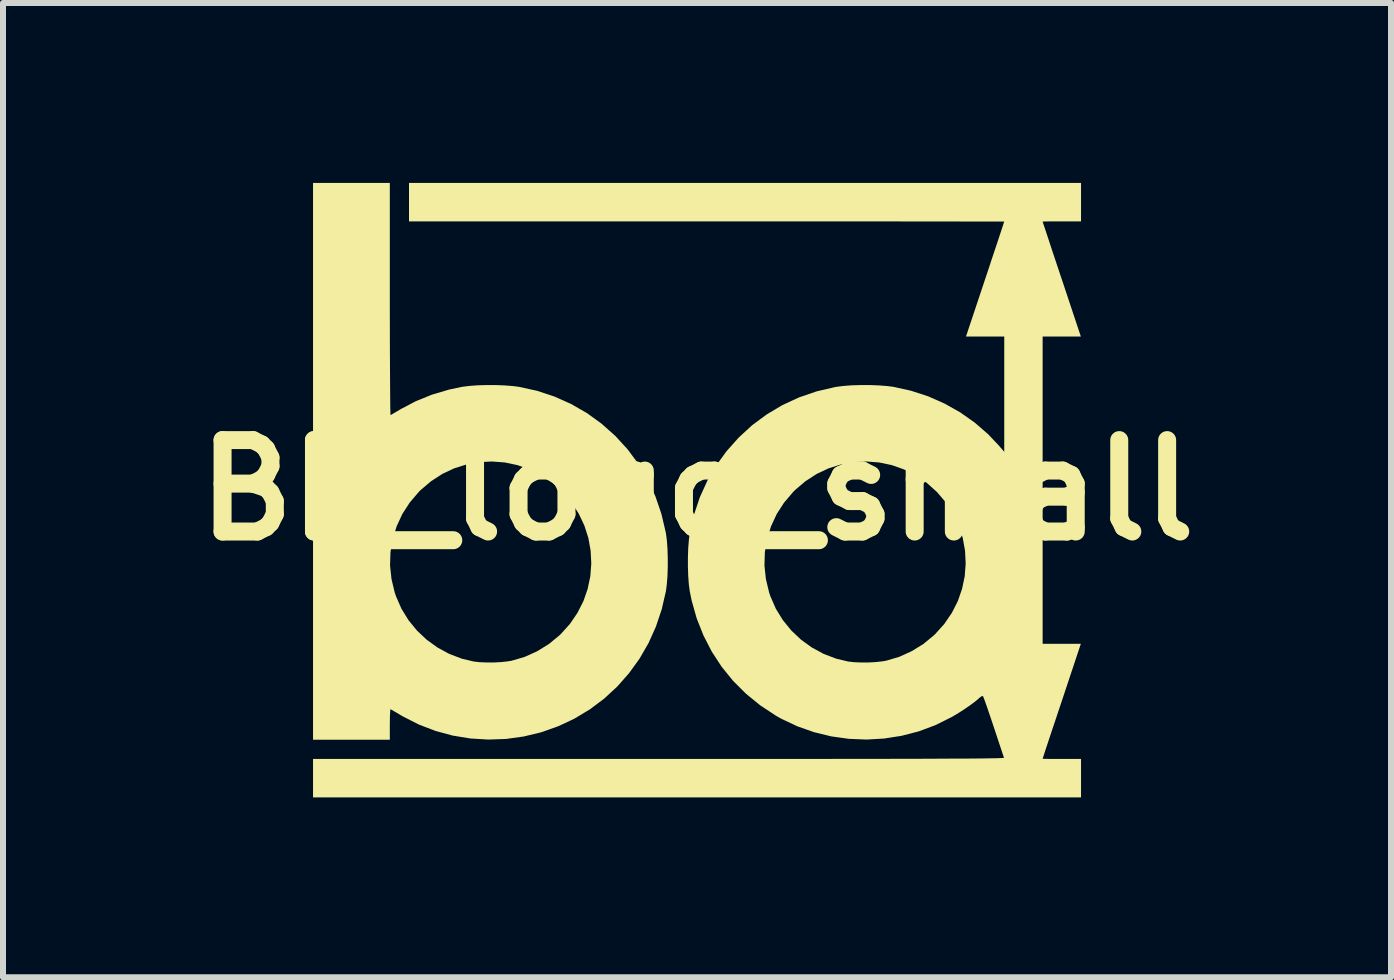
<source format=kicad_pcb>
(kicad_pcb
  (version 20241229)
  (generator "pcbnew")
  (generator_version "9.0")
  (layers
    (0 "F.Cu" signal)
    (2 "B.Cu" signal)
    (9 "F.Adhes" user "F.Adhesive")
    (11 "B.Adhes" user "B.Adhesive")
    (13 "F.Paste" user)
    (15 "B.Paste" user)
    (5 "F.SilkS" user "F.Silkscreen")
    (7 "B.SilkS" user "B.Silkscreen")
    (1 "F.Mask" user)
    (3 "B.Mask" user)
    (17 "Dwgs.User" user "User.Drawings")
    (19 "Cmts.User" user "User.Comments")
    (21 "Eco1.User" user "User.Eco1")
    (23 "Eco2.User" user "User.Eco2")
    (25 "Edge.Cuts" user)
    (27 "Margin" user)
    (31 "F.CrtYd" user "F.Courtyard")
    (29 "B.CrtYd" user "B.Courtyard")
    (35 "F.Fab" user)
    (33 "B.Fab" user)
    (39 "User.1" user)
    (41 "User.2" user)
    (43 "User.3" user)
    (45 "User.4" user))
  (footprint "BD_logo_small"
    (layer "F.Cu")
    (at 8.571 5.122)
    (property "Reference" "BD_logo_small" (at 0 0 0) (layer "F.SilkS") (effects (font (size 1.524 1.524) (thickness 0.3))))
    (attr board_only exclude_from_pos_files exclude_from_bom)
    (fp_poly (pts (xy -5.122 -3.184) (xy -5.122 -2.938) (xy -5.121 -2.701) (xy -5.121 -2.475) (xy -5.12 -2.262) (xy -5.119 -2.064) (xy -5.118 -1.883) (xy -5.117 -1.721) (xy -5.116 -1.579) (xy -5.115 -1.461) (xy -5.114 -1.367) (xy -5.112 -1.299) (xy -5.111 -1.26) (xy -5.11 -1.251) (xy -5.092 -1.261) (xy -5.053 -1.284) (xy -4.998 -1.316) (xy -4.938 -1.352) (xy -4.687 -1.484) (xy -4.417 -1.593) (xy -4.133 -1.677) (xy -3.921 -1.722) (xy -3.804 -1.737) (xy -3.664 -1.748) (xy -3.512 -1.752) (xy -3.354 -1.752) (xy -3.202 -1.746) (xy -3.064 -1.735) (xy -2.971 -1.723) (xy -2.669 -1.657) (xy -2.378 -1.561) (xy -2.099 -1.436) (xy -1.834 -1.284) (xy -1.594 -1.11) (xy -1.363 -0.905) (xy -1.157 -0.68) (xy -0.976 -0.436) (xy -0.821 -0.175) (xy -0.694 0.103) (xy -0.594 0.395) (xy -0.522 0.701) (xy -0.518 0.72) (xy -0.503 0.836) (xy -0.493 0.974) (xy -0.488 1.126) (xy -0.488 1.282) (xy -0.493 1.434) (xy -0.504 1.571) (xy -0.518 1.681) (xy -0.588 1.984) (xy -0.685 2.274) (xy -0.809 2.55) (xy -0.959 2.81) (xy -1.134 3.052) (xy -1.331 3.275) (xy -1.55 3.477) (xy -1.789 3.656) (xy -2.047 3.811) (xy -2.314 3.936) (xy -2.599 4.037) (xy -2.89 4.107) (xy -3.186 4.148) (xy -3.483 4.158) (xy -3.779 4.14) (xy -4.072 4.092) (xy -4.358 4.015) (xy -4.635 3.909) (xy -4.901 3.774) (xy -4.938 3.753) (xy -5.002 3.714) (xy -5.056 3.683) (xy -5.094 3.661) (xy -5.11 3.652) (xy -5.114 3.665) (xy -5.117 3.705) (xy -5.12 3.767) (xy -5.121 3.845) (xy -5.122 3.904) (xy -5.122 4.161) (xy -6.402 4.161) (xy -6.402 1.257) (xy -5.118 1.257) (xy -5.094 1.482) (xy -5.04 1.706) (xy -5.018 1.771) (xy -4.928 1.977) (xy -4.811 2.167) (xy -4.67 2.34) (xy -4.508 2.493) (xy -4.328 2.623) (xy -4.131 2.73) (xy -3.92 2.81) (xy -3.723 2.857) (xy -3.627 2.868) (xy -3.51 2.873) (xy -3.385 2.873) (xy -3.261 2.866) (xy -3.151 2.854) (xy -3.088 2.843) (xy -2.871 2.779) (xy -2.664 2.685) (xy -2.469 2.565) (xy -2.293 2.42) (xy -2.273 2.401) (xy -2.119 2.23) (xy -1.993 2.045) (xy -1.894 1.85) (xy -1.823 1.645) (xy -1.779 1.435) (xy -1.763 1.222) (xy -1.774 1.008) (xy -1.812 0.797) (xy -1.878 0.591) (xy -1.972 0.392) (xy -2.093 0.205) (xy -2.241 0.032) (xy -2.411 -0.121) (xy -2.596 -0.248) (xy -2.792 -0.346) (xy -2.996 -0.418) (xy -3.206 -0.462) (xy -3.419 -0.478) (xy -3.632 -0.467) (xy -3.842 -0.429) (xy -4.048 -0.364) (xy -4.246 -0.271) (xy -4.433 -0.15) (xy -4.607 -0.003) (xy -4.641 0.032) (xy -4.791 0.208) (xy -4.914 0.399) (xy -5.008 0.602) (xy -5.074 0.814) (xy -5.111 1.033) (xy -5.118 1.257) (xy -6.402 1.257) (xy -6.402 -5.122) (xy -5.122 -5.122)) (stroke (width 0) (type solid)) (fill yes) (layer "F.SilkS"))
    (fp_poly (pts (xy 6.402 -4.481) (xy 6.082 -4.481) (xy 5.985 -4.481) (xy 5.899 -4.481) (xy 5.831 -4.48) (xy 5.783 -4.479) (xy 5.762 -4.478) (xy 5.762 -4.477) (xy 5.767 -4.462) (xy 5.781 -4.418) (xy 5.804 -4.35) (xy 5.834 -4.259) (xy 5.871 -4.148) (xy 5.913 -4.019) (xy 5.961 -3.875) (xy 6.013 -3.72) (xy 6.068 -3.554) (xy 6.081 -3.517) (xy 6.399 -2.561) (xy 5.762 -2.561) (xy 5.762 2.561) (xy 6.399 2.561) (xy 6.081 3.517) (xy 6.025 3.684) (xy 5.972 3.843) (xy 5.923 3.989) (xy 5.879 4.121) (xy 5.841 4.236) (xy 5.809 4.332) (xy 5.785 4.406) (xy 5.769 4.455) (xy 5.762 4.476) (xy 5.762 4.477) (xy 5.777 4.479) (xy 5.819 4.48) (xy 5.884 4.481) (xy 5.967 4.481) (xy 6.062 4.481) (xy 6.082 4.481) (xy 6.402 4.481) (xy 6.402 5.122) (xy -6.402 5.122) (xy -6.402 4.481) (xy -0.638 4.481) (xy -0.111 4.481) (xy 0.386 4.481) (xy 0.852 4.481) (xy 1.288 4.481) (xy 1.696 4.481) (xy 2.076 4.481) (xy 2.429 4.48) (xy 2.756 4.48) (xy 3.058 4.48) (xy 3.335 4.479) (xy 3.588 4.479) (xy 3.819 4.478) (xy 4.027 4.477) (xy 4.214 4.476) (xy 4.381 4.476) (xy 4.529 4.475) (xy 4.658 4.474) (xy 4.769 4.473) (xy 4.863 4.471) (xy 4.941 4.47) (xy 5.003 4.469) (xy 5.051 4.467) (xy 5.086 4.466) (xy 5.107 4.464) (xy 5.117 4.462) (xy 5.118 4.461) (xy 5.111 4.442) (xy 5.096 4.396) (xy 5.073 4.327) (xy 5.043 4.238) (xy 5.009 4.135) (xy 4.971 4.02) (xy 4.946 3.945) (xy 4.906 3.825) (xy 4.868 3.714) (xy 4.835 3.617) (xy 4.807 3.537) (xy 4.785 3.477) (xy 4.771 3.442) (xy 4.768 3.434) (xy 4.748 3.434) (xy 4.714 3.457) (xy 4.702 3.468) (xy 4.642 3.52) (xy 4.56 3.581) (xy 4.465 3.647) (xy 4.363 3.713) (xy 4.261 3.774) (xy 4.243 3.784) (xy 3.976 3.917) (xy 3.698 4.021) (xy 3.412 4.095) (xy 3.12 4.141) (xy 2.825 4.158) (xy 2.531 4.146) (xy 2.238 4.105) (xy 1.951 4.035) (xy 1.672 3.937) (xy 1.403 3.81) (xy 1.312 3.758) (xy 1.053 3.587) (xy 0.816 3.394) (xy 0.601 3.179) (xy 0.411 2.945) (xy 0.246 2.692) (xy 0.107 2.422) (xy -0.006 2.137) (xy -0.09 1.838) (xy -0.122 1.681) (xy -0.137 1.565) (xy -0.147 1.427) (xy -0.152 1.275) (xy -0.152 1.257) (xy 1.124 1.257) (xy 1.148 1.482) (xy 1.202 1.706) (xy 1.224 1.771) (xy 1.314 1.977) (xy 1.431 2.167) (xy 1.572 2.34) (xy 1.734 2.493) (xy 1.914 2.623) (xy 2.111 2.73) (xy 2.322 2.81) (xy 2.519 2.857) (xy 2.615 2.868) (xy 2.732 2.873) (xy 2.857 2.873) (xy 2.981 2.866) (xy 3.091 2.854) (xy 3.154 2.843) (xy 3.371 2.779) (xy 3.578 2.685) (xy 3.773 2.565) (xy 3.949 2.42) (xy 3.969 2.401) (xy 4.123 2.23) (xy 4.249 2.045) (xy 4.348 1.85) (xy 4.419 1.645) (xy 4.463 1.435) (xy 4.479 1.222) (xy 4.468 1.008) (xy 4.43 0.797) (xy 4.364 0.591) (xy 4.27 0.392) (xy 4.149 0.205) (xy 4.001 0.032) (xy 3.831 -0.121) (xy 3.646 -0.248) (xy 3.45 -0.346) (xy 3.246 -0.418) (xy 3.036 -0.462) (xy 2.823 -0.478) (xy 2.61 -0.467) (xy 2.4 -0.429) (xy 2.194 -0.364) (xy 1.996 -0.271) (xy 1.809 -0.15) (xy 1.635 -0.003) (xy 1.601 0.032) (xy 1.451 0.208) (xy 1.328 0.399) (xy 1.234 0.602) (xy 1.168 0.814) (xy 1.131 1.033) (xy 1.124 1.257) (xy -0.152 1.257) (xy -0.152 1.12) (xy -0.147 0.968) (xy -0.136 0.831) (xy -0.122 0.72) (xy -0.052 0.414) (xy 0.046 0.12) (xy 0.173 -0.159) (xy 0.327 -0.422) (xy 0.49 -0.647) (xy 0.695 -0.877) (xy 0.92 -1.084) (xy 1.164 -1.264) (xy 1.425 -1.419) (xy 1.702 -1.547) (xy 1.994 -1.647) (xy 2.299 -1.718) (xy 2.321 -1.722) (xy 2.438 -1.737) (xy 2.578 -1.748) (xy 2.73 -1.752) (xy 2.888 -1.752) (xy 3.04 -1.746) (xy 3.178 -1.735) (xy 3.271 -1.723) (xy 3.566 -1.658) (xy 3.852 -1.565) (xy 4.126 -1.444) (xy 4.386 -1.298) (xy 4.629 -1.127) (xy 4.852 -0.934) (xy 5.028 -0.748) (xy 5.122 -0.639) (xy 5.122 -2.561) (xy 4.484 -2.561) (xy 4.803 -3.517) (xy 4.859 -3.684) (xy 4.911 -3.843) (xy 4.96 -3.989) (xy 5.004 -4.121) (xy 5.042 -4.236) (xy 5.074 -4.332) (xy 5.098 -4.406) (xy 5.114 -4.455) (xy 5.121 -4.476) (xy 5.122 -4.477) (xy 5.106 -4.478) (xy 5.059 -4.478) (xy 4.983 -4.478) (xy 4.879 -4.479) (xy 4.747 -4.479) (xy 4.589 -4.479) (xy 4.407 -4.479) (xy 4.201 -4.48) (xy 3.973 -4.48) (xy 3.724 -4.48) (xy 3.455 -4.48) (xy 3.167 -4.481) (xy 2.862 -4.481) (xy 2.541 -4.481) (xy 2.205 -4.481) (xy 1.855 -4.481) (xy 1.493 -4.481) (xy 1.119 -4.481) (xy 0.735 -4.481) (xy 0.342 -4.481) (xy 0.16 -4.481) (xy -4.802 -4.481) (xy -4.802 -5.122) (xy 6.402 -5.122)) (stroke (width 0) (type solid)) (fill yes) (layer "F.SilkS")))
  (gr_rect
    (start -3 -3)
    (end 20.141 13.243)
    (stroke (width 0.1) (type default))
    (fill no)
    (layer "Edge.Cuts")))
</source>
